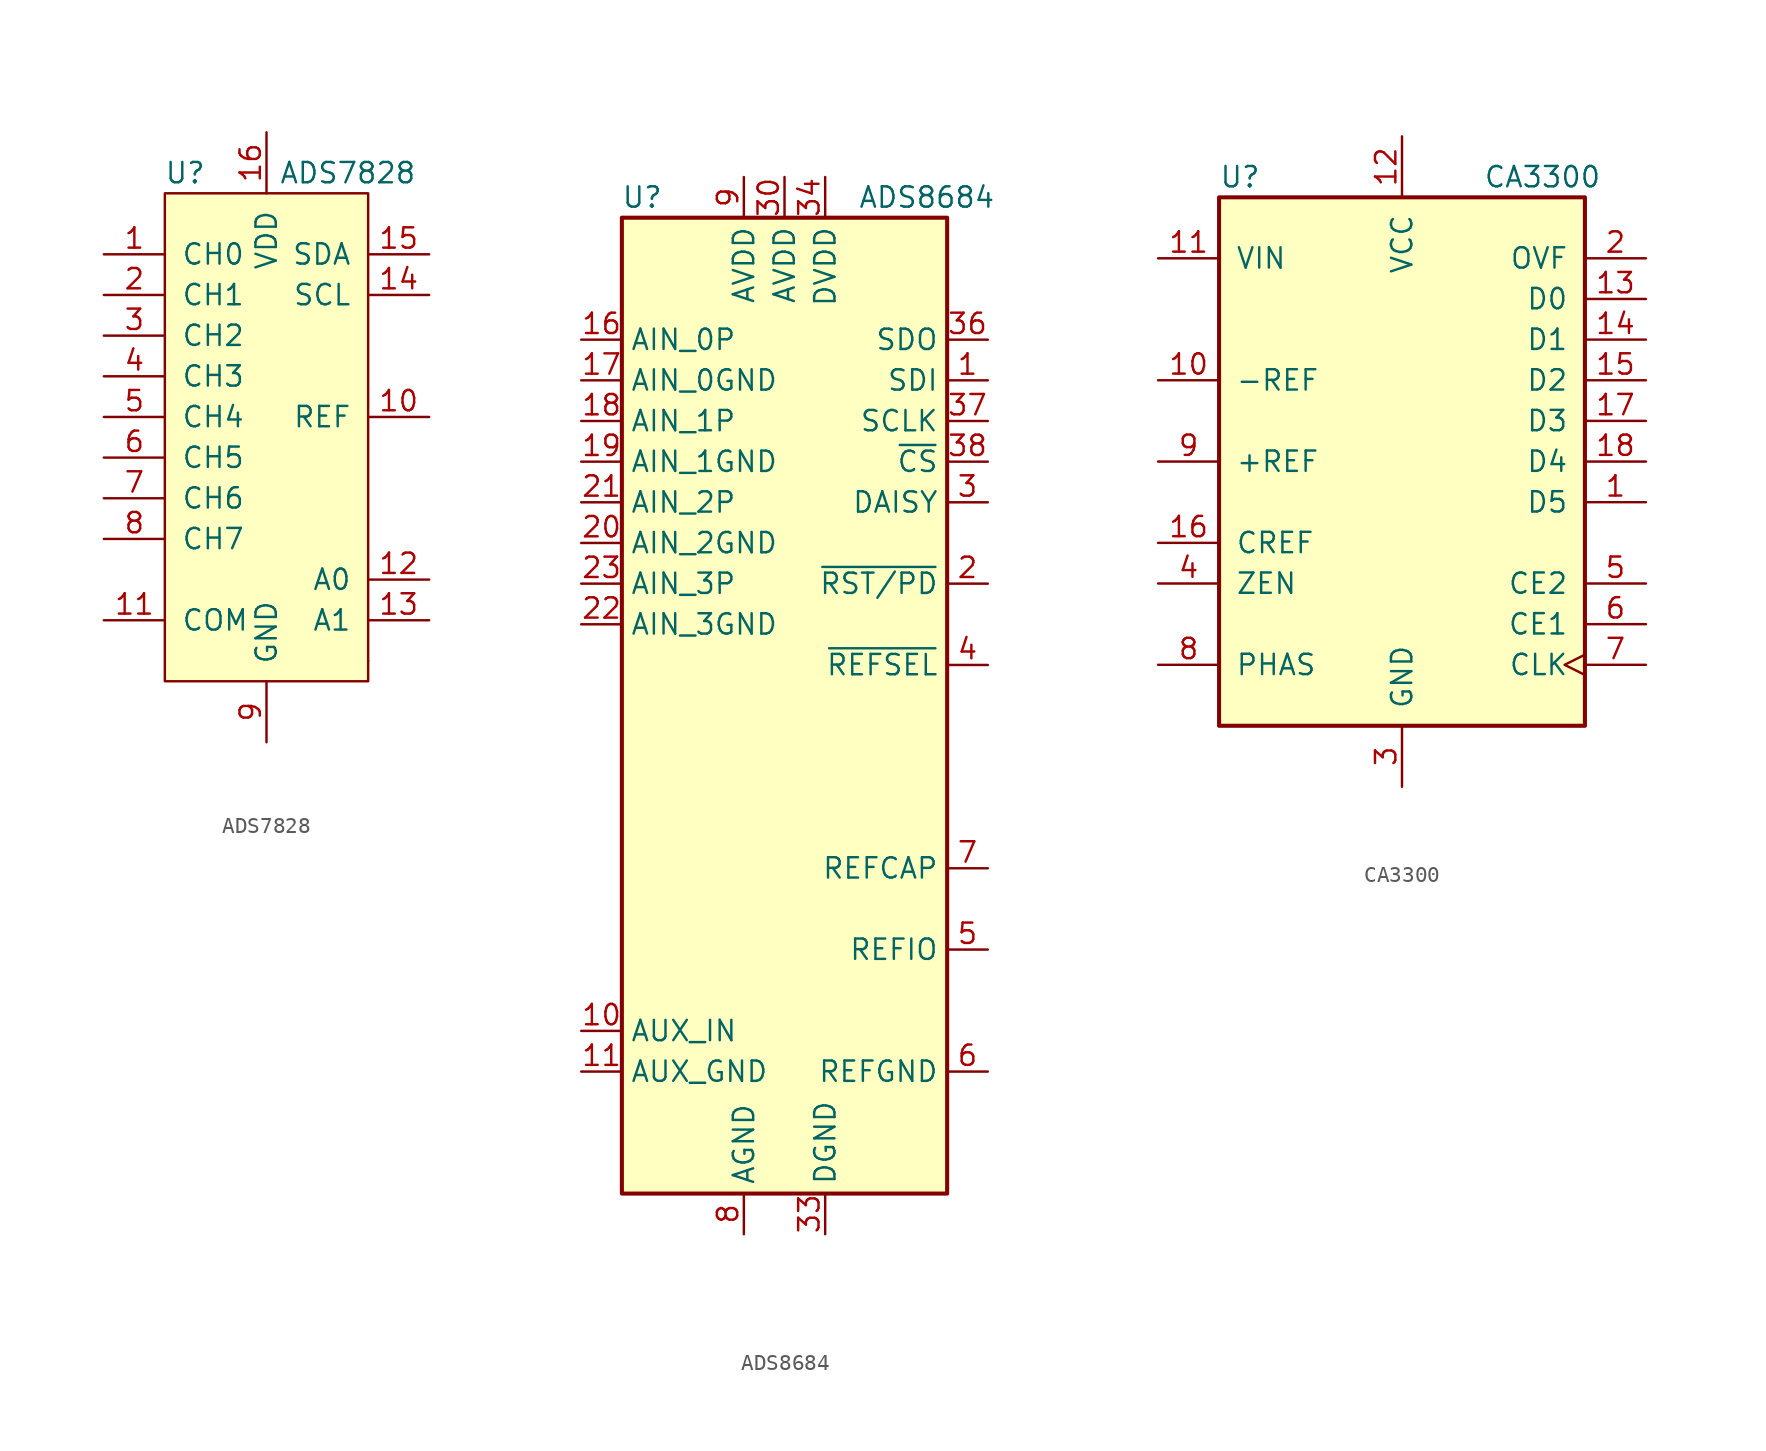
<source format=kicad_sym>
(kicad_symbol_lib
  (version 20220914)
  (generator kicad_symbol_editor)
  (symbol "ADS7828"
    (pin_names
      (offset 1.016))
    (property "Reference" "U"
      (at -5.08 15.24 0)
      (effects (font (size 1.27 1.27))))
    (property "Value" "ADS7828"
      (at 5.08 15.24 0)
      (effects (font (size 1.27 1.27))))
    (symbol "ADS7828_0_1"
      (rectangle (start -6.35 13.97) (end 6.35 -16.51) (stroke (width 0) (type default)) (fill (type background)))
      (rectangle (start 6.35 -15.24) (end 6.35 -15.24) (stroke (width 0) (type default)) (fill (type none))))
    (symbol "ADS7828_1_1"
      (pin input line (at -10.16 10.16 0) (length 3.81) (name "CH0" (effects (font (size 1.27 1.27)))) (number "1" (effects (font (size 1.27 1.27)))))
      (pin bidirectional line (at 10.16 0 180) (length 3.81) (name "REF" (effects (font (size 1.27 1.27)))) (number "10" (effects (font (size 1.27 1.27)))))
      (pin input line (at -10.16 -12.7 0) (length 3.81) (name "COM" (effects (font (size 1.27 1.27)))) (number "11" (effects (font (size 1.27 1.27)))))
      (pin input line (at 10.16 -10.16 180) (length 3.81) (name "A0" (effects (font (size 1.27 1.27)))) (number "12" (effects (font (size 1.27 1.27)))))
      (pin input line (at 10.16 -12.7 180) (length 3.81) (name "A1" (effects (font (size 1.27 1.27)))) (number "13" (effects (font (size 1.27 1.27)))))
      (pin input line (at 10.16 7.62 180) (length 3.81) (name "SCL" (effects (font (size 1.27 1.27)))) (number "14" (effects (font (size 1.27 1.27)))))
      (pin bidirectional line (at 10.16 10.16 180) (length 3.81) (name "SDA" (effects (font (size 1.27 1.27)))) (number "15" (effects (font (size 1.27 1.27)))))
      (pin power_in line (at 0 17.78 270) (length 3.81) (name "VDD" (effects (font (size 1.27 1.27)))) (number "16" (effects (font (size 1.27 1.27)))))
      (pin input line (at -10.16 7.62 0) (length 3.81) (name "CH1" (effects (font (size 1.27 1.27)))) (number "2" (effects (font (size 1.27 1.27)))))
      (pin input line (at -10.16 5.08 0) (length 3.81) (name "CH2" (effects (font (size 1.27 1.27)))) (number "3" (effects (font (size 1.27 1.27)))))
      (pin input line (at -10.16 2.54 0) (length 3.81) (name "CH3" (effects (font (size 1.27 1.27)))) (number "4" (effects (font (size 1.27 1.27)))))
      (pin input line (at -10.16 0 0) (length 3.81) (name "CH4" (effects (font (size 1.27 1.27)))) (number "5" (effects (font (size 1.27 1.27)))))
      (pin input line (at -10.16 -2.54 0) (length 3.81) (name "CH5" (effects (font (size 1.27 1.27)))) (number "6" (effects (font (size 1.27 1.27)))))
      (pin input line (at -10.16 -5.08 0) (length 3.81) (name "CH6" (effects (font (size 1.27 1.27)))) (number "7" (effects (font (size 1.27 1.27)))))
      (pin input line (at -10.16 -7.62 0) (length 3.81) (name "CH7" (effects (font (size 1.27 1.27)))) (number "8" (effects (font (size 1.27 1.27)))))
      (pin power_in line (at 0 -20.32 90) (length 3.81) (name "GND" (effects (font (size 1.27 1.27)))) (number "9" (effects (font (size 1.27 1.27)))))))
  (symbol "ADS8684"
    (property "Reference" "U"
      (at -8.89 31.75 0)
      (effects (font (size 1.27 1.27))))
    (property "Value" "ADS8684"
      (at 8.89 31.75 0)
      (effects (font (size 1.27 1.27))))
    (symbol "ADS8684_0_1"
      (rectangle (start -10.16 30.48) (end 10.16 -30.48) (stroke (width 0.254) (type default)) (fill (type background))))
    (symbol "ADS8684_1_1"
      (pin input line (at 12.7 20.32 180) (length 2.54) (name "SDI" (effects (font (size 1.27 1.27)))) (number "1" (effects (font (size 1.27 1.27)))))
      (pin input line (at -12.7 -20.32 0) (length 2.54) (name "AUX_IN" (effects (font (size 1.27 1.27)))) (number "10" (effects (font (size 1.27 1.27)))))
      (pin input line (at -12.7 -22.86 0) (length 2.54) (name "AUX_GND" (effects (font (size 1.27 1.27)))) (number "11" (effects (font (size 1.27 1.27)))))
      (pin no_connect line (at -10.16 -7.62 0) (length 2.54) hide (name "NC" (effects (font (size 1.27 1.27)))) (number "12" (effects (font (size 1.27 1.27)))))
      (pin no_connect line (at -10.16 -10.16 0) (length 2.54) hide (name "NC" (effects (font (size 1.27 1.27)))) (number "13" (effects (font (size 1.27 1.27)))))
      (pin no_connect line (at -10.16 -12.7 0) (length 2.54) hide (name "NC" (effects (font (size 1.27 1.27)))) (number "14" (effects (font (size 1.27 1.27)))))
      (pin no_connect line (at -10.16 -15.24 0) (length 2.54) hide (name "NC" (effects (font (size 1.27 1.27)))) (number "15" (effects (font (size 1.27 1.27)))))
      (pin input line (at -12.7 22.86 0) (length 2.54) (name "AIN_0P" (effects (font (size 1.27 1.27)))) (number "16" (effects (font (size 1.27 1.27)))))
      (pin input line (at -12.7 20.32 0) (length 2.54) (name "AIN_0GND" (effects (font (size 1.27 1.27)))) (number "17" (effects (font (size 1.27 1.27)))))
      (pin input line (at -12.7 17.78 0) (length 2.54) (name "AIN_1P" (effects (font (size 1.27 1.27)))) (number "18" (effects (font (size 1.27 1.27)))))
      (pin input line (at -12.7 15.24 0) (length 2.54) (name "AIN_1GND" (effects (font (size 1.27 1.27)))) (number "19" (effects (font (size 1.27 1.27)))))
      (pin input line (at 12.7 7.62 180) (length 2.54) (name "~{RST/PD}" (effects (font (size 1.27 1.27)))) (number "2" (effects (font (size 1.27 1.27)))))
      (pin input line (at -12.7 10.16 0) (length 2.54) (name "AIN_2GND" (effects (font (size 1.27 1.27)))) (number "20" (effects (font (size 1.27 1.27)))))
      (pin input line (at -12.7 12.7 0) (length 2.54) (name "AIN_2P" (effects (font (size 1.27 1.27)))) (number "21" (effects (font (size 1.27 1.27)))))
      (pin input line (at -12.7 5.08 0) (length 2.54) (name "AIN_3GND" (effects (font (size 1.27 1.27)))) (number "22" (effects (font (size 1.27 1.27)))))
      (pin input line (at -12.7 7.62 0) (length 2.54) (name "AIN_3P" (effects (font (size 1.27 1.27)))) (number "23" (effects (font (size 1.27 1.27)))))
      (pin no_connect line (at -10.16 0 0) (length 2.54) hide (name "NC" (effects (font (size 1.27 1.27)))) (number "24" (effects (font (size 1.27 1.27)))))
      (pin no_connect line (at -10.16 2.54 0) (length 2.54) hide (name "NC" (effects (font (size 1.27 1.27)))) (number "25" (effects (font (size 1.27 1.27)))))
      (pin no_connect line (at -10.16 -5.08 0) (length 2.54) hide (name "NC" (effects (font (size 1.27 1.27)))) (number "26" (effects (font (size 1.27 1.27)))))
      (pin no_connect line (at -10.16 -2.54 0) (length 2.54) hide (name "NC" (effects (font (size 1.27 1.27)))) (number "27" (effects (font (size 1.27 1.27)))))
      (pin passive line (at -2.54 -33.02 90) (length 2.54) hide (name "AGND" (effects (font (size 1.27 1.27)))) (number "28" (effects (font (size 1.27 1.27)))))
      (pin passive line (at -2.54 -33.02 90) (length 2.54) hide (name "AGND" (effects (font (size 1.27 1.27)))) (number "29" (effects (font (size 1.27 1.27)))))
      (pin input line (at 12.7 12.7 180) (length 2.54) (name "DAISY" (effects (font (size 1.27 1.27)))) (number "3" (effects (font (size 1.27 1.27)))))
      (pin power_in line (at 0 33.02 270) (length 2.54) (name "AVDD" (effects (font (size 1.27 1.27)))) (number "30" (effects (font (size 1.27 1.27)))))
      (pin passive line (at -2.54 -33.02 90) (length 2.54) hide (name "AGND" (effects (font (size 1.27 1.27)))) (number "31" (effects (font (size 1.27 1.27)))))
      (pin passive line (at -2.54 -33.02 90) (length 2.54) hide (name "AGND" (effects (font (size 1.27 1.27)))) (number "32" (effects (font (size 1.27 1.27)))))
      (pin power_in line (at 2.54 -33.02 90) (length 2.54) (name "DGND" (effects (font (size 1.27 1.27)))) (number "33" (effects (font (size 1.27 1.27)))))
      (pin power_in line (at 2.54 33.02 270) (length 2.54) (name "DVDD" (effects (font (size 1.27 1.27)))) (number "34" (effects (font (size 1.27 1.27)))))
      (pin no_connect line (at 10.16 -5.08 180) (length 2.54) hide (name "DNC" (effects (font (size 1.27 1.27)))) (number "35" (effects (font (size 1.27 1.27)))))
      (pin output line (at 12.7 22.86 180) (length 2.54) (name "SDO" (effects (font (size 1.27 1.27)))) (number "36" (effects (font (size 1.27 1.27)))))
      (pin input line (at 12.7 17.78 180) (length 2.54) (name "SCLK" (effects (font (size 1.27 1.27)))) (number "37" (effects (font (size 1.27 1.27)))))
      (pin input line (at 12.7 15.24 180) (length 2.54) (name "~{CS}" (effects (font (size 1.27 1.27)))) (number "38" (effects (font (size 1.27 1.27)))))
      (pin input line (at 12.7 2.54 180) (length 2.54) (name "~{REFSEL}" (effects (font (size 1.27 1.27)))) (number "4" (effects (font (size 1.27 1.27)))))
      (pin passive line (at 12.7 -15.24 180) (length 2.54) (name "REFIO" (effects (font (size 1.27 1.27)))) (number "5" (effects (font (size 1.27 1.27)))))
      (pin power_in line (at 12.7 -22.86 180) (length 2.54) (name "REFGND" (effects (font (size 1.27 1.27)))) (number "6" (effects (font (size 1.27 1.27)))))
      (pin passive line (at 12.7 -10.16 180) (length 2.54) (name "REFCAP" (effects (font (size 1.27 1.27)))) (number "7" (effects (font (size 1.27 1.27)))))
      (pin power_in line (at -2.54 -33.02 90) (length 2.54) (name "AGND" (effects (font (size 1.27 1.27)))) (number "8" (effects (font (size 1.27 1.27)))))
      (pin power_in line (at -2.54 33.02 270) (length 2.54) (name "AVDD" (effects (font (size 1.27 1.27)))) (number "9" (effects (font (size 1.27 1.27)))))))
  (symbol "CA3300"
    (pin_names
      (offset 1.016))
    (property "Reference" "U"
      (at -11.43 17.78 0)
      (effects (font (size 1.27 1.27)) (justify left)))
    (property "Value" "CA3300"
      (at 5.08 17.78 0)
      (effects (font (size 1.27 1.27)) (justify left)))
    (symbol "CA3300_0_1"
      (rectangle (start -11.43 -16.51) (end 11.43 16.51) (stroke (width 0.254) (type default)) (fill (type background))))
    (symbol "CA3300_1_1"
      (pin tri_state line (at 15.24 -2.54 180) (length 3.81) (name "D5" (effects (font (size 1.27 1.27)))) (number "1" (effects (font (size 1.27 1.27)))))
      (pin input line (at -15.24 5.08 0) (length 3.81) (name "-REF" (effects (font (size 1.27 1.27)))) (number "10" (effects (font (size 1.27 1.27)))))
      (pin input line (at -15.24 12.7 0) (length 3.81) (name "VIN" (effects (font (size 1.27 1.27)))) (number "11" (effects (font (size 1.27 1.27)))))
      (pin power_in line (at 0 20.32 270) (length 3.81) (name "VCC" (effects (font (size 1.27 1.27)))) (number "12" (effects (font (size 1.27 1.27)))))
      (pin tri_state line (at 15.24 10.16 180) (length 3.81) (name "D0" (effects (font (size 1.27 1.27)))) (number "13" (effects (font (size 1.27 1.27)))))
      (pin tri_state line (at 15.24 7.62 180) (length 3.81) (name "D1" (effects (font (size 1.27 1.27)))) (number "14" (effects (font (size 1.27 1.27)))))
      (pin tri_state line (at 15.24 5.08 180) (length 3.81) (name "D2" (effects (font (size 1.27 1.27)))) (number "15" (effects (font (size 1.27 1.27)))))
      (pin input line (at -15.24 -5.08 0) (length 3.81) (name "CREF" (effects (font (size 1.27 1.27)))) (number "16" (effects (font (size 1.27 1.27)))))
      (pin tri_state line (at 15.24 2.54 180) (length 3.81) (name "D3" (effects (font (size 1.27 1.27)))) (number "17" (effects (font (size 1.27 1.27)))))
      (pin tri_state line (at 15.24 0 180) (length 3.81) (name "D4" (effects (font (size 1.27 1.27)))) (number "18" (effects (font (size 1.27 1.27)))))
      (pin tri_state line (at 15.24 12.7 180) (length 3.81) (name "OVF" (effects (font (size 1.27 1.27)))) (number "2" (effects (font (size 1.27 1.27)))))
      (pin power_in line (at 0 -20.32 90) (length 3.81) (name "GND" (effects (font (size 1.27 1.27)))) (number "3" (effects (font (size 1.27 1.27)))))
      (pin input line (at -15.24 -7.62 0) (length 3.81) (name "ZEN" (effects (font (size 1.27 1.27)))) (number "4" (effects (font (size 1.27 1.27)))))
      (pin input line (at 15.24 -7.62 180) (length 3.81) (name "CE2" (effects (font (size 1.27 1.27)))) (number "5" (effects (font (size 1.27 1.27)))))
      (pin input line (at 15.24 -10.16 180) (length 3.81) (name "CE1" (effects (font (size 1.27 1.27)))) (number "6" (effects (font (size 1.27 1.27)))))
      (pin input clock (at 15.24 -12.7 180) (length 3.81) (name "CLK" (effects (font (size 1.27 1.27)))) (number "7" (effects (font (size 1.27 1.27)))))
      (pin input line (at -15.24 -12.7 0) (length 3.81) (name "PHAS" (effects (font (size 1.27 1.27)))) (number "8" (effects (font (size 1.27 1.27)))))
      (pin input line (at -15.24 0 0) (length 3.81) (name "+REF" (effects (font (size 1.27 1.27)))) (number "9" (effects (font (size 1.27 1.27))))))))
</source>
